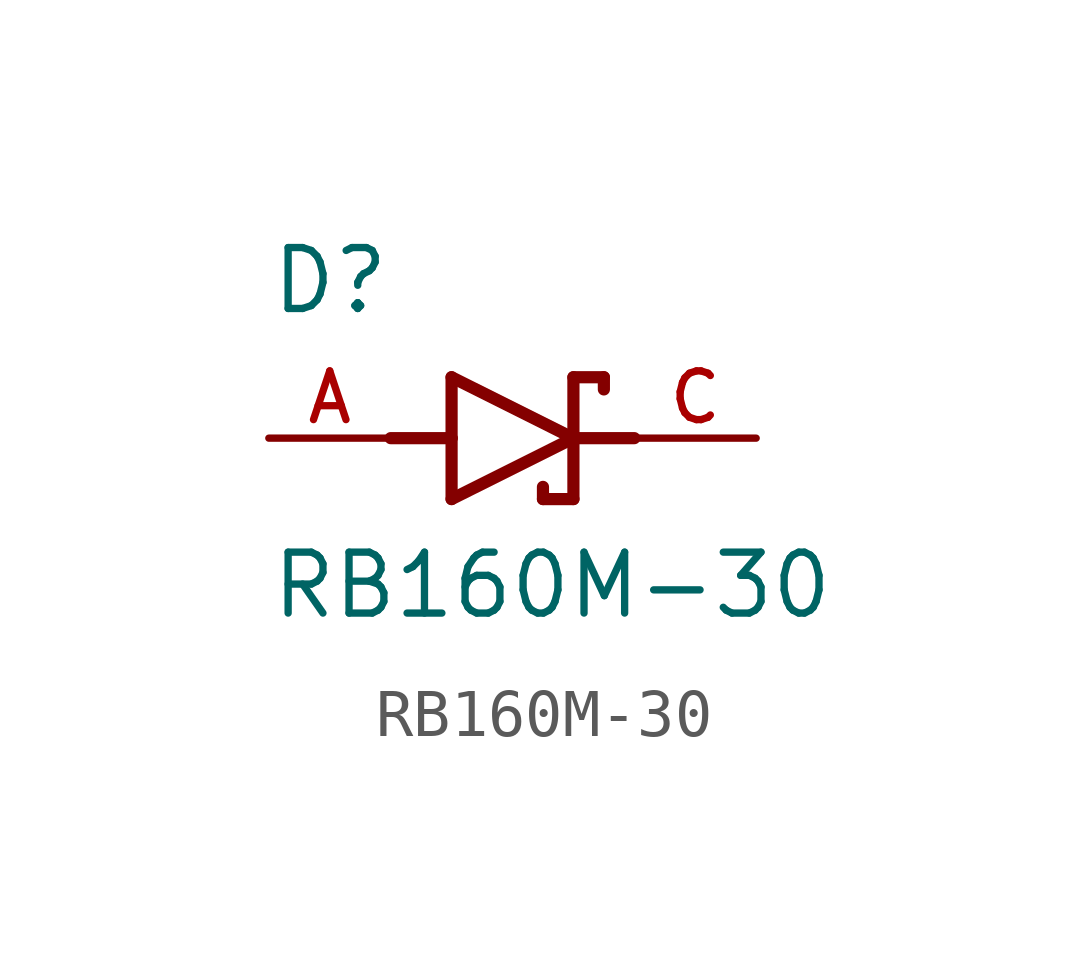
<source format=kicad_sym>
(kicad_symbol_lib
  (version 20211014)
  (generator kicad_symbol_editor)
  (symbol "RB160M-30"
    (pin_names
      (offset 1.016))
    (property "Reference" "D"
      (at -5.08 2.54 0)
      (effects (font (size 1.27 1.27)) (justify bottom left)))
    (property "Value" "RB160M-30"
      (at -5.08 -3.81 0)
      (effects (font (size 1.27 1.27)) (justify bottom left)))
    (symbol "RB160M-30_0_0"
      (polyline (pts (xy -1.27 -1.27) (xy 1.27 0.0)) (stroke (width 0.254)))
      (polyline (pts (xy 1.27 0.0) (xy -1.27 1.27)) (stroke (width 0.254)))
      (polyline (pts (xy 1.905 1.27) (xy 1.27 1.27)) (stroke (width 0.254)))
      (polyline (pts (xy 1.27 1.27) (xy 1.27 0.0)) (stroke (width 0.254)))
      (polyline (pts (xy -1.27 1.27) (xy -1.27 0.0)) (stroke (width 0.254)))
      (polyline (pts (xy -1.27 0.0) (xy -1.27 -1.27)) (stroke (width 0.254)))
      (polyline (pts (xy 1.27 0.0) (xy 1.27 -1.27)) (stroke (width 0.254)))
      (polyline (pts (xy 1.905 1.27) (xy 1.905 1.016)) (stroke (width 0.254)))
      (polyline (pts (xy 1.27 -1.27) (xy 0.635 -1.27)) (stroke (width 0.254)))
      (polyline (pts (xy 0.635 -1.016) (xy 0.635 -1.27)) (stroke (width 0.254)))
      (polyline (pts (xy -2.54 0.0) (xy -1.27 0.0)) (stroke (width 0.254)))
      (polyline (pts (xy 2.54 0.0) (xy 1.27 0.0)) (stroke (width 0.254)))
      (pin passive line (at 5.08 0.0 180.0) (length 2.54) (name "~" (effects (font (size 1.016 1.016)))) (number "C" (effects (font (size 1.016 1.016)))))
      (pin passive line (at -5.08 0.0 0) (length 2.54) (name "~" (effects (font (size 1.016 1.016)))) (number "A" (effects (font (size 1.016 1.016))))))))
</source>
